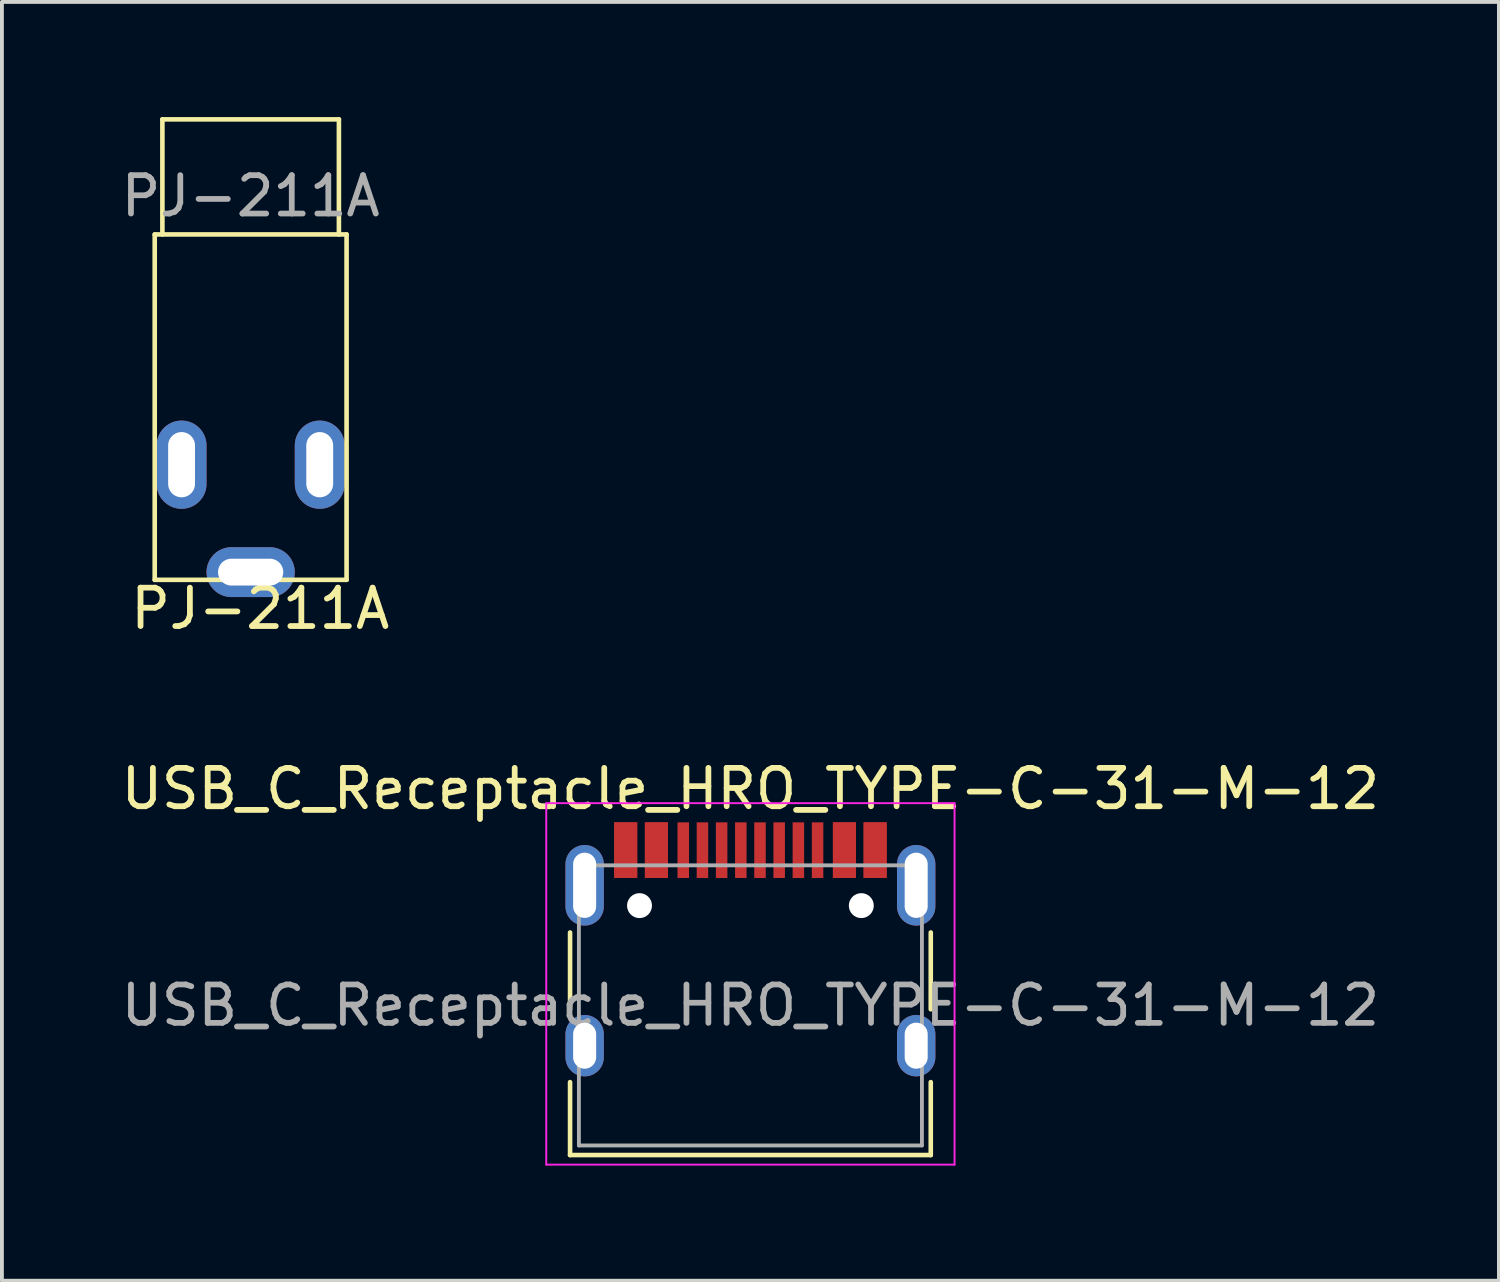
<source format=kicad_pcb>
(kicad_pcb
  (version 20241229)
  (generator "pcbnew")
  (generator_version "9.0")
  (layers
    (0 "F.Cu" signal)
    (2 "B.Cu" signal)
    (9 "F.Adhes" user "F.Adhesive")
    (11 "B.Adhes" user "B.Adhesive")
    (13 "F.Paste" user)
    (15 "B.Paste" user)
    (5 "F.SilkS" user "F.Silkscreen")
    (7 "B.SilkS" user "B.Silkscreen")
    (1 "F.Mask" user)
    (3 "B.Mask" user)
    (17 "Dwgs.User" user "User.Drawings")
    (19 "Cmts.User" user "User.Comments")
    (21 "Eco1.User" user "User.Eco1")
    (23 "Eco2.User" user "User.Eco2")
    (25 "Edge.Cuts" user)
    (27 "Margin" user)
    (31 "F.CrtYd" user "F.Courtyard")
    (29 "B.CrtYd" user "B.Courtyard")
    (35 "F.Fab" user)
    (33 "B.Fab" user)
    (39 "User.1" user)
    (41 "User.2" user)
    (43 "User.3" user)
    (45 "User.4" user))
  (footprint "USB_C_Receptacle_HRO_TYPE-C-31-M-12"
    (layer "F.Cu")
    (at 16.506 21.651)
    (property "Reference" "USB_C_Receptacle_HRO_TYPE-C-31-M-12" (at 0 -4.145 0) (layer "F.SilkS") (effects (font (size 1 1) (thickness 0.15))))
    (attr smd)
    (fp_line (start -4.7 -0.4) (end -4.7 1.6) (stroke (width 0.12) (type solid)) (layer "F.SilkS"))
    (fp_line (start -4.7 3.5) (end -4.7 5.4) (stroke (width 0.12) (type solid)) (layer "F.SilkS"))
    (fp_line (start -4.7 5.4) (end 4.7 5.4) (stroke (width 0.12) (type solid)) (layer "F.SilkS"))
    (fp_line (start 4.7 -0.4) (end 4.7 1.6) (stroke (width 0.12) (type solid)) (layer "F.SilkS"))
    (fp_line (start 4.7 3.5) (end 4.7 5.4) (stroke (width 0.12) (type solid)) (layer "F.SilkS"))
    (fp_line (start -5.32 -3.77) (end -5.32 5.65) (stroke (width 0.05) (type solid)) (layer "F.CrtYd"))
    (fp_line (start -5.32 -3.77) (end 5.32 -3.77) (stroke (width 0.05) (type solid)) (layer "F.CrtYd"))
    (fp_line (start -5.32 5.65) (end 5.32 5.65) (stroke (width 0.05) (type solid)) (layer "F.CrtYd"))
    (fp_line (start 5.32 -3.77) (end 5.32 5.65) (stroke (width 0.05) (type solid)) (layer "F.CrtYd"))
    (fp_line (start -4.47 -2.15) (end -4.47 5.15) (stroke (width 0.1) (type solid)) (layer "F.Fab"))
    (fp_line (start -4.47 -2.15) (end 4.47 -2.15) (stroke (width 0.1) (type solid)) (layer "F.Fab"))
    (fp_line (start -4.47 5.15) (end 4.47 5.15) (stroke (width 0.1) (type solid)) (layer "F.Fab"))
    (fp_line (start 4.47 -2.15) (end 4.47 5.15) (stroke (width 0.1) (type solid)) (layer "F.Fab"))
    (fp_text user "${REFERENCE}" (at 0 1.5 0) (layer "F.Fab") (effects (font (size 1 1) (thickness 0.15))))
    (pad "" np_thru_hole circle (at -2.89 -1.1) (size 0.65 0.65) (drill 0.65) (layers "*.Cu" "*.Mask"))
    (pad "" np_thru_hole circle (at 2.89 -1.1) (size 0.65 0.65) (drill 0.65) (layers "*.Cu" "*.Mask"))
    (pad "A1" smd rect (at -3.25 -2.545) (size 0.6 1.45) (layers "F.Cu" "F.Mask" "F.Paste"))
    (pad "A4" smd rect (at -2.45 -2.545) (size 0.6 1.45) (layers "F.Cu" "F.Mask" "F.Paste"))
    (pad "A5" smd rect (at -1.25 -2.545) (size 0.3 1.45) (layers "F.Cu" "F.Mask" "F.Paste"))
    (pad "A6" smd rect (at -0.25 -2.545) (size 0.3 1.45) (layers "F.Cu" "F.Mask" "F.Paste"))
    (pad "A7" smd rect (at 0.25 -2.545) (size 0.3 1.45) (layers "F.Cu" "F.Mask" "F.Paste"))
    (pad "A8" smd rect (at 1.25 -2.545) (size 0.3 1.45) (layers "F.Cu" "F.Mask" "F.Paste"))
    (pad "A9" smd rect (at 2.45 -2.545) (size 0.6 1.45) (layers "F.Cu" "F.Mask" "F.Paste"))
    (pad "A12" smd rect (at 3.25 -2.545) (size 0.6 1.45) (layers "F.Cu" "F.Mask" "F.Paste"))
    (pad "B1" smd rect (at 3.25 -2.545) (size 0.6 1.45) (layers "F.Cu" "F.Mask" "F.Paste"))
    (pad "B4" smd rect (at 2.45 -2.545) (size 0.6 1.45) (layers "F.Cu" "F.Mask" "F.Paste"))
    (pad "B5" smd rect (at 1.75 -2.545) (size 0.3 1.45) (layers "F.Cu" "F.Mask" "F.Paste"))
    (pad "B6" smd rect (at 0.75 -2.545) (size 0.3 1.45) (layers "F.Cu" "F.Mask" "F.Paste"))
    (pad "B7" smd rect (at -0.75 -2.545) (size 0.3 1.45) (layers "F.Cu" "F.Mask" "F.Paste"))
    (pad "B8" smd rect (at -1.75 -2.545) (size 0.3 1.45) (layers "F.Cu" "F.Mask" "F.Paste"))
    (pad "B9" smd rect (at -2.45 -2.545) (size 0.6 1.45) (layers "F.Cu" "F.Mask" "F.Paste"))
    (pad "B12" smd rect (at -3.25 -2.545) (size 0.6 1.45) (layers "F.Cu" "F.Mask" "F.Paste"))
    (pad "S1" thru_hole oval (at -4.32 -1.63) (size 1 2.1) (drill oval 0.6 1.7) (layers "*.Cu" "*.Mask"))
    (pad "S1" thru_hole oval (at -4.32 2.55) (size 1 1.6) (drill oval 0.6 1.2) (layers "*.Cu" "*.Mask"))
    (pad "S1" thru_hole oval (at 4.32 -1.63) (size 1 2.1) (drill oval 0.6 1.7) (layers "*.Cu" "*.Mask"))
    (pad "S1" thru_hole oval (at 4.32 2.55) (size 1 1.6) (drill oval 0.6 1.2) (layers "*.Cu" "*.Mask")))
  (footprint "PJ-211A"
    (layer "F.Cu")
    (at 3.482 9.06)
    (property "Reference" "PJ-211A" (at 0.25 3.75 0) (unlocked yes) (layer "F.SilkS") (effects (font (size 1 1) (thickness 0.15))))
    (attr smd)
    (fp_line (start -2.5 -6) (end 2.5 -6) (stroke (width 0.12) (type default)) (layer "F.SilkS"))
    (fp_line (start -2.5 3) (end -2.5 -6) (stroke (width 0.12) (type default)) (layer "F.SilkS"))
    (fp_line (start -2.3 -9) (end -2.3 -6) (stroke (width 0.12) (type default)) (layer "F.SilkS"))
    (fp_line (start -2.3 -9) (end 2.3 -9) (stroke (width 0.12) (type default)) (layer "F.SilkS"))
    (fp_line (start 2.3 -9) (end 2.3 -6) (stroke (width 0.12) (type default)) (layer "F.SilkS"))
    (fp_line (start 2.5 -6) (end 2.5 3) (stroke (width 0.12) (type default)) (layer "F.SilkS"))
    (fp_line (start 2.5 3) (end -2.5 3) (stroke (width 0.12) (type default)) (layer "F.SilkS"))
    (fp_text user "${REFERENCE}" (at 0 -7 0) (unlocked yes) (layer "F.Fab") (effects (font (size 1 1) (thickness 0.15))))
    (pad "1" thru_hole oval (at -1.8 0 90) (size 2.3 1.3) (drill oval 1.7 0.7) (layers "*.Cu" "*.Mask"))
    (pad "1" thru_hole oval (at 1.8 0 90) (size 2.3 1.3) (drill oval 1.7 0.7) (layers "*.Cu" "*.Mask"))
    (pad "2" thru_hole oval (at 0 2.8 180) (size 2.3 1.3) (drill oval 1.7 0.7) (layers "*.Cu" "*.Mask")))
  (gr_rect
    (start -3 -3)
    (end 36.012 30.326)
    (stroke (width 0.1) (type default))
    (fill no)
    (layer "Edge.Cuts")))
</source>
